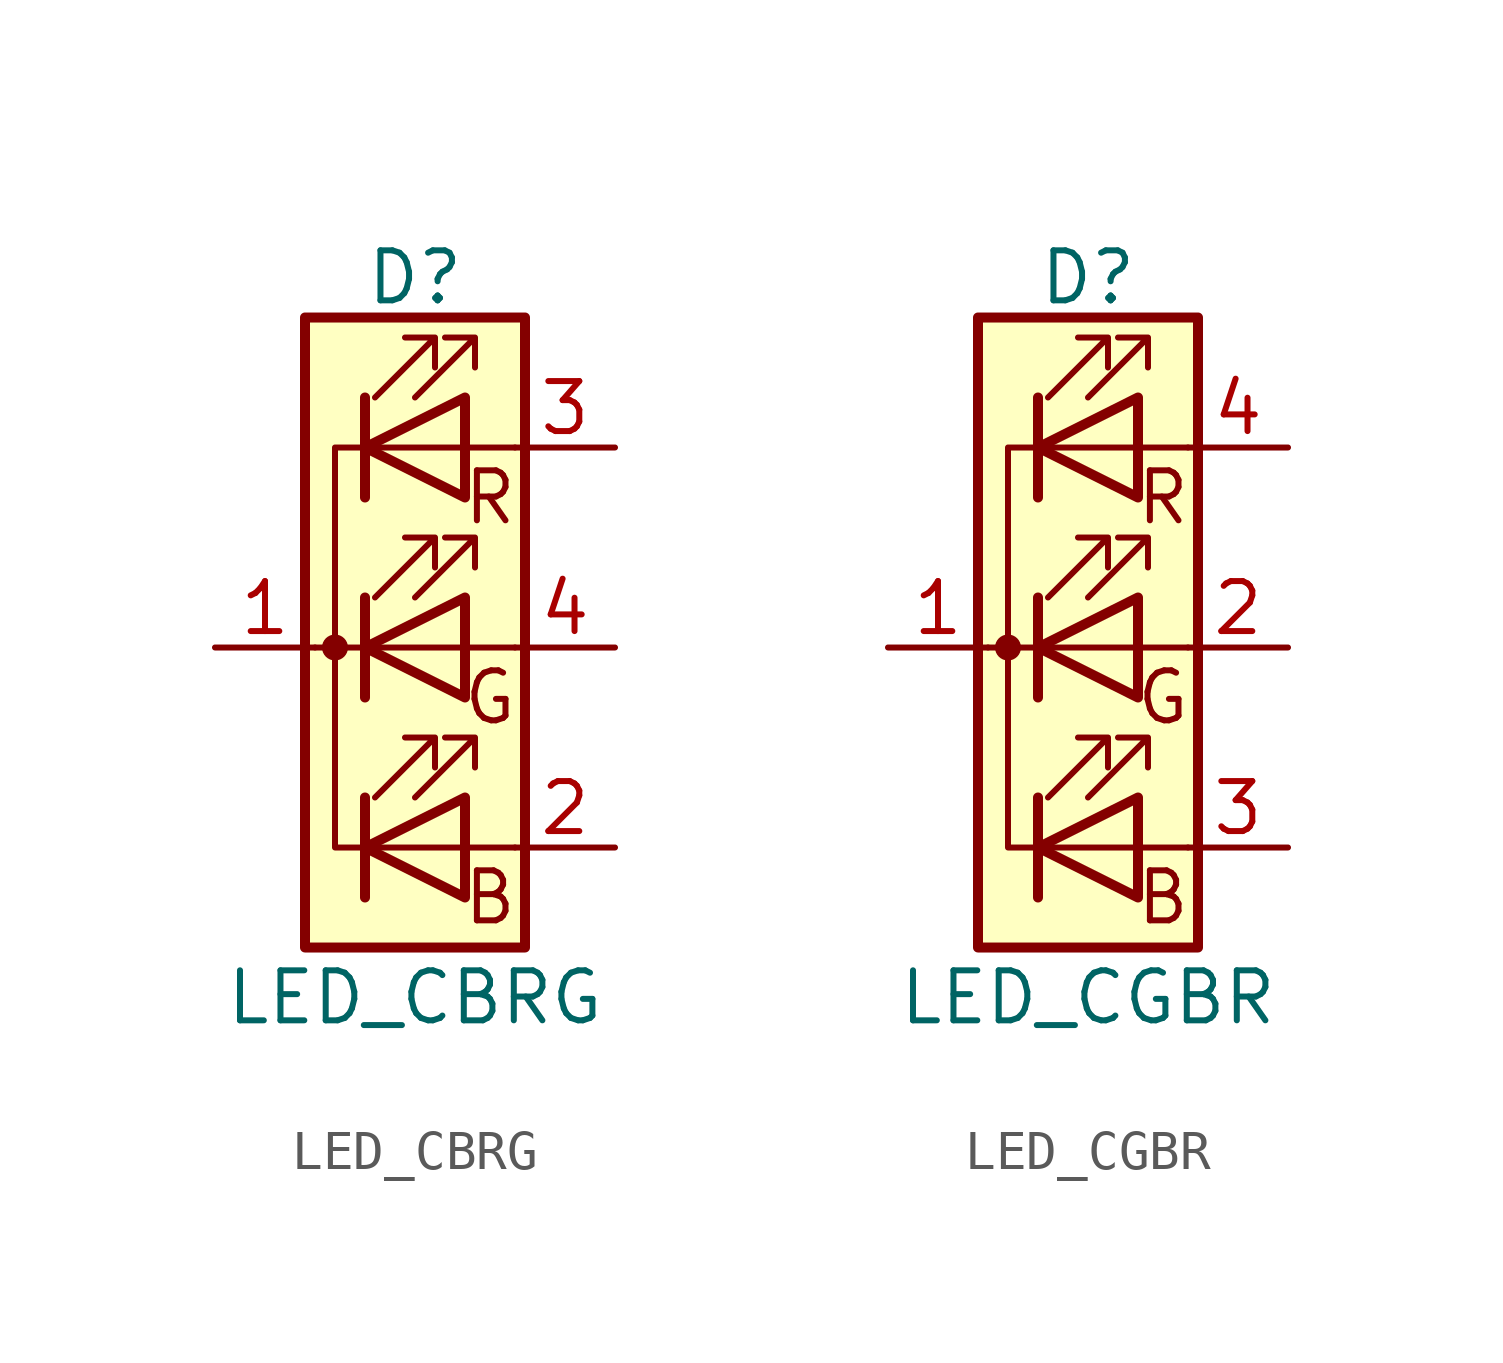
<source format=kicad_sym>
(kicad_symbol_lib
  (version 20211014)
  (generator kicad_symbol_editor)
  (symbol "LED_CBRG"
    (pin_names
      (offset 0) hide)
    (property "Reference" "D"
      (at 0 9.398 0)
      (effects (font (size 1.27 1.27))))
    (property "Value" "LED_CBRG"
      (at 0 -8.89 0)
      (effects (font (size 1.27 1.27))))
    (symbol "LED_CBRG_0_0"
      (text "B" (at 1.905 -6.35 0) (effects (font (size 1.27 1.27))))
      (text "G" (at 1.905 -1.27 0) (effects (font (size 1.27 1.27))))
      (text "R" (at 1.905 3.81 0) (effects (font (size 1.27 1.27)))))
    (symbol "LED_CBRG_0_1"
      (circle (center -2.032 0) (radius 0.254) (stroke (width 0) (type default) (color 0 0 0 0)) (fill (type outline)))
      (polyline (pts (xy -1.27 -5.08) (xy 1.27 -5.08)) (stroke (width 0) (type default) (color 0 0 0 0)) (fill (type none)))
      (polyline (pts (xy -1.27 -3.81) (xy -1.27 -6.35)) (stroke (width 0.254) (type default) (color 0 0 0 0)) (fill (type none)))
      (polyline (pts (xy -1.27 0) (xy -2.54 0)) (stroke (width 0) (type default) (color 0 0 0 0)) (fill (type none)))
      (polyline (pts (xy -1.27 1.27) (xy -1.27 -1.27)) (stroke (width 0.254) (type default) (color 0 0 0 0)) (fill (type none)))
      (polyline (pts (xy -1.27 5.08) (xy 1.27 5.08)) (stroke (width 0) (type default) (color 0 0 0 0)) (fill (type none)))
      (polyline (pts (xy -1.27 6.35) (xy -1.27 3.81)) (stroke (width 0.254) (type default) (color 0 0 0 0)) (fill (type none)))
      (polyline (pts (xy 1.27 -5.08) (xy 2.54 -5.08)) (stroke (width 0) (type default) (color 0 0 0 0)) (fill (type none)))
      (polyline (pts (xy 1.27 0) (xy -1.27 0)) (stroke (width 0) (type default) (color 0 0 0 0)) (fill (type none)))
      (polyline (pts (xy 1.27 0) (xy 2.54 0)) (stroke (width 0) (type default) (color 0 0 0 0)) (fill (type none)))
      (polyline (pts (xy 1.27 5.08) (xy 2.54 5.08)) (stroke (width 0) (type default) (color 0 0 0 0)) (fill (type none)))
      (polyline (pts (xy -1.27 1.27) (xy -1.27 -1.27) (xy -1.27 -1.27)) (stroke (width 0) (type default) (color 0 0 0 0)) (fill (type none)))
      (polyline (pts (xy -1.27 6.35) (xy -1.27 3.81) (xy -1.27 3.81)) (stroke (width 0) (type default) (color 0 0 0 0)) (fill (type none)))
      (polyline (pts (xy -1.27 5.08) (xy -2.032 5.08) (xy -2.032 -5.08) (xy -1.016 -5.08)) (stroke (width 0) (type default) (color 0 0 0 0)) (fill (type none)))
      (polyline (pts (xy 1.27 -3.81) (xy 1.27 -6.35) (xy -1.27 -5.08) (xy 1.27 -3.81)) (stroke (width 0.254) (type default) (color 0 0 0 0)) (fill (type none)))
      (polyline (pts (xy 1.27 1.27) (xy 1.27 -1.27) (xy -1.27 0) (xy 1.27 1.27)) (stroke (width 0.254) (type default) (color 0 0 0 0)) (fill (type none)))
      (polyline (pts (xy 1.27 6.35) (xy 1.27 3.81) (xy -1.27 5.08) (xy 1.27 6.35)) (stroke (width 0.254) (type default) (color 0 0 0 0)) (fill (type none)))
      (polyline (pts (xy -1.016 -3.81) (xy 0.508 -2.286) (xy -0.254 -2.286) (xy 0.508 -2.286) (xy 0.508 -3.048)) (stroke (width 0) (type default) (color 0 0 0 0)) (fill (type none)))
      (polyline (pts (xy -1.016 1.27) (xy 0.508 2.794) (xy -0.254 2.794) (xy 0.508 2.794) (xy 0.508 2.032)) (stroke (width 0) (type default) (color 0 0 0 0)) (fill (type none)))
      (polyline (pts (xy -1.016 6.35) (xy 0.508 7.874) (xy -0.254 7.874) (xy 0.508 7.874) (xy 0.508 7.112)) (stroke (width 0) (type default) (color 0 0 0 0)) (fill (type none)))
      (polyline (pts (xy 0 -3.81) (xy 1.524 -2.286) (xy 0.762 -2.286) (xy 1.524 -2.286) (xy 1.524 -3.048)) (stroke (width 0) (type default) (color 0 0 0 0)) (fill (type none)))
      (polyline (pts (xy 0 1.27) (xy 1.524 2.794) (xy 0.762 2.794) (xy 1.524 2.794) (xy 1.524 2.032)) (stroke (width 0) (type default) (color 0 0 0 0)) (fill (type none)))
      (polyline (pts (xy 0 6.35) (xy 1.524 7.874) (xy 0.762 7.874) (xy 1.524 7.874) (xy 1.524 7.112)) (stroke (width 0) (type default) (color 0 0 0 0)) (fill (type none)))
      (rectangle (start 1.27 -1.27) (end 1.27 1.27) (stroke (width 0) (type default) (color 0 0 0 0)) (fill (type none)))
      (rectangle (start 1.27 1.27) (end 1.27 1.27) (stroke (width 0) (type default) (color 0 0 0 0)) (fill (type none)))
      (rectangle (start 1.27 3.81) (end 1.27 6.35) (stroke (width 0) (type default) (color 0 0 0 0)) (fill (type none)))
      (rectangle (start 1.27 6.35) (end 1.27 6.35) (stroke (width 0) (type default) (color 0 0 0 0)) (fill (type none)))
      (rectangle (start 2.794 8.382) (end -2.794 -7.62) (stroke (width 0.254) (type default) (color 0 0 0 0)) (fill (type background))))
    (symbol "LED_CBRG_1_1"
      (pin passive line (at -5.08 0 0) (length 2.54) (name "K" (effects (font (size 1.27 1.27)))) (number "1" (effects (font (size 1.27 1.27)))))
      (pin passive line (at 5.08 -5.08 180) (length 2.54) (name "BA" (effects (font (size 1.27 1.27)))) (number "2" (effects (font (size 1.27 1.27)))))
      (pin passive line (at 5.08 5.08 180) (length 2.54) (name "RA" (effects (font (size 1.27 1.27)))) (number "3" (effects (font (size 1.27 1.27)))))
      (pin passive line (at 5.08 0 180) (length 2.54) (name "GA" (effects (font (size 1.27 1.27)))) (number "4" (effects (font (size 1.27 1.27)))))))
  (symbol "LED_CGBR"
    (pin_names
      (offset 0) hide)
    (property "Reference" "D"
      (at 0 9.398 0)
      (effects (font (size 1.27 1.27))))
    (property "Value" "LED_CGBR"
      (at 0 -8.89 0)
      (effects (font (size 1.27 1.27))))
    (symbol "LED_CGBR_0_0"
      (text "B" (at 1.905 -6.35 0) (effects (font (size 1.27 1.27))))
      (text "G" (at 1.905 -1.27 0) (effects (font (size 1.27 1.27))))
      (text "R" (at 1.905 3.81 0) (effects (font (size 1.27 1.27)))))
    (symbol "LED_CGBR_0_1"
      (circle (center -2.032 0) (radius 0.254) (stroke (width 0) (type default) (color 0 0 0 0)) (fill (type outline)))
      (polyline (pts (xy -1.27 -5.08) (xy 1.27 -5.08)) (stroke (width 0) (type default) (color 0 0 0 0)) (fill (type none)))
      (polyline (pts (xy -1.27 -3.81) (xy -1.27 -6.35)) (stroke (width 0.254) (type default) (color 0 0 0 0)) (fill (type none)))
      (polyline (pts (xy -1.27 0) (xy -2.54 0)) (stroke (width 0) (type default) (color 0 0 0 0)) (fill (type none)))
      (polyline (pts (xy -1.27 1.27) (xy -1.27 -1.27)) (stroke (width 0.254) (type default) (color 0 0 0 0)) (fill (type none)))
      (polyline (pts (xy -1.27 5.08) (xy 1.27 5.08)) (stroke (width 0) (type default) (color 0 0 0 0)) (fill (type none)))
      (polyline (pts (xy -1.27 6.35) (xy -1.27 3.81)) (stroke (width 0.254) (type default) (color 0 0 0 0)) (fill (type none)))
      (polyline (pts (xy 1.27 -5.08) (xy 2.54 -5.08)) (stroke (width 0) (type default) (color 0 0 0 0)) (fill (type none)))
      (polyline (pts (xy 1.27 0) (xy -1.27 0)) (stroke (width 0) (type default) (color 0 0 0 0)) (fill (type none)))
      (polyline (pts (xy 1.27 0) (xy 2.54 0)) (stroke (width 0) (type default) (color 0 0 0 0)) (fill (type none)))
      (polyline (pts (xy 1.27 5.08) (xy 2.54 5.08)) (stroke (width 0) (type default) (color 0 0 0 0)) (fill (type none)))
      (polyline (pts (xy -1.27 1.27) (xy -1.27 -1.27) (xy -1.27 -1.27)) (stroke (width 0) (type default) (color 0 0 0 0)) (fill (type none)))
      (polyline (pts (xy -1.27 6.35) (xy -1.27 3.81) (xy -1.27 3.81)) (stroke (width 0) (type default) (color 0 0 0 0)) (fill (type none)))
      (polyline (pts (xy -1.27 5.08) (xy -2.032 5.08) (xy -2.032 -5.08) (xy -1.016 -5.08)) (stroke (width 0) (type default) (color 0 0 0 0)) (fill (type none)))
      (polyline (pts (xy 1.27 -3.81) (xy 1.27 -6.35) (xy -1.27 -5.08) (xy 1.27 -3.81)) (stroke (width 0.254) (type default) (color 0 0 0 0)) (fill (type none)))
      (polyline (pts (xy 1.27 1.27) (xy 1.27 -1.27) (xy -1.27 0) (xy 1.27 1.27)) (stroke (width 0.254) (type default) (color 0 0 0 0)) (fill (type none)))
      (polyline (pts (xy 1.27 6.35) (xy 1.27 3.81) (xy -1.27 5.08) (xy 1.27 6.35)) (stroke (width 0.254) (type default) (color 0 0 0 0)) (fill (type none)))
      (polyline (pts (xy -1.016 -3.81) (xy 0.508 -2.286) (xy -0.254 -2.286) (xy 0.508 -2.286) (xy 0.508 -3.048)) (stroke (width 0) (type default) (color 0 0 0 0)) (fill (type none)))
      (polyline (pts (xy -1.016 1.27) (xy 0.508 2.794) (xy -0.254 2.794) (xy 0.508 2.794) (xy 0.508 2.032)) (stroke (width 0) (type default) (color 0 0 0 0)) (fill (type none)))
      (polyline (pts (xy -1.016 6.35) (xy 0.508 7.874) (xy -0.254 7.874) (xy 0.508 7.874) (xy 0.508 7.112)) (stroke (width 0) (type default) (color 0 0 0 0)) (fill (type none)))
      (polyline (pts (xy 0 -3.81) (xy 1.524 -2.286) (xy 0.762 -2.286) (xy 1.524 -2.286) (xy 1.524 -3.048)) (stroke (width 0) (type default) (color 0 0 0 0)) (fill (type none)))
      (polyline (pts (xy 0 1.27) (xy 1.524 2.794) (xy 0.762 2.794) (xy 1.524 2.794) (xy 1.524 2.032)) (stroke (width 0) (type default) (color 0 0 0 0)) (fill (type none)))
      (polyline (pts (xy 0 6.35) (xy 1.524 7.874) (xy 0.762 7.874) (xy 1.524 7.874) (xy 1.524 7.112)) (stroke (width 0) (type default) (color 0 0 0 0)) (fill (type none)))
      (rectangle (start 1.27 -1.27) (end 1.27 1.27) (stroke (width 0) (type default) (color 0 0 0 0)) (fill (type none)))
      (rectangle (start 1.27 1.27) (end 1.27 1.27) (stroke (width 0) (type default) (color 0 0 0 0)) (fill (type none)))
      (rectangle (start 1.27 3.81) (end 1.27 6.35) (stroke (width 0) (type default) (color 0 0 0 0)) (fill (type none)))
      (rectangle (start 1.27 6.35) (end 1.27 6.35) (stroke (width 0) (type default) (color 0 0 0 0)) (fill (type none)))
      (rectangle (start 2.794 8.382) (end -2.794 -7.62) (stroke (width 0.254) (type default) (color 0 0 0 0)) (fill (type background))))
    (symbol "LED_CGBR_1_1"
      (pin passive line (at -5.08 0 0) (length 2.54) (name "K" (effects (font (size 1.27 1.27)))) (number "1" (effects (font (size 1.27 1.27)))))
      (pin passive line (at 5.08 0 180) (length 2.54) (name "GA" (effects (font (size 1.27 1.27)))) (number "2" (effects (font (size 1.27 1.27)))))
      (pin passive line (at 5.08 -5.08 180) (length 2.54) (name "BA" (effects (font (size 1.27 1.27)))) (number "3" (effects (font (size 1.27 1.27)))))
      (pin passive line (at 5.08 5.08 180) (length 2.54) (name "RA" (effects (font (size 1.27 1.27)))) (number "4" (effects (font (size 1.27 1.27))))))))
</source>
